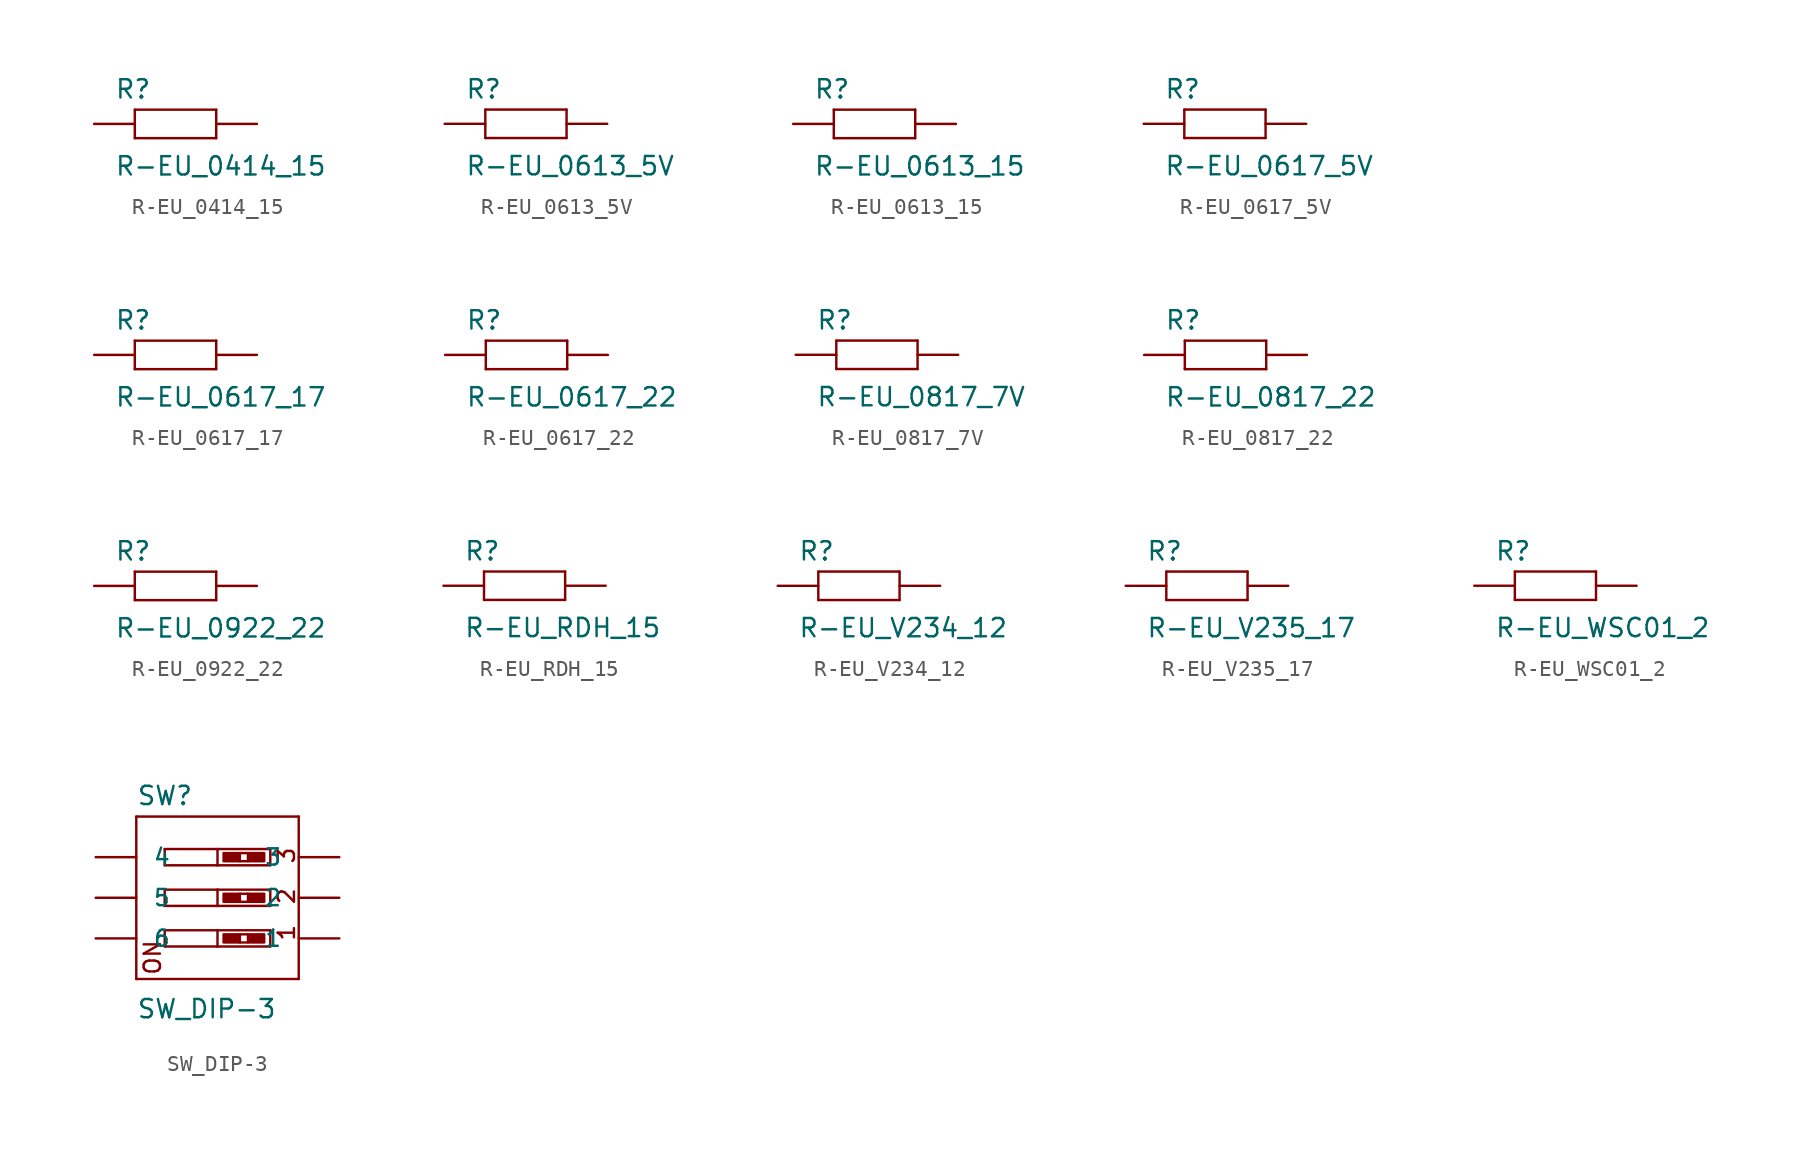
<source format=kicad_sym>
(kicad_symbol_lib
  (version 20211014)
  (generator kicad_symbol_editor)
  (symbol "R-EU_0414_15"
    (pin_numbers hide)
    (pin_names
      (offset 1.016) hide)
    (property "Reference" "R"
      (at -3.81 1.499 0)
      (effects (font (size 1.143 1.143)) (justify left bottom)))
    (property "Value" "R-EU_0414_15"
      (at -3.81 -3.302 0)
      (effects (font (size 1.143 1.143)) (justify left bottom)))
    (property "ki_locked" ""
      (at 0 0 0)
      (effects (font (size 1.27 1.27))))
    (symbol "R-EU_0414_15_1_0"
      (polyline (pts (xy -2.54 -0.889) (xy -2.54 0.889)) (stroke (width 0) (type default) (color 0 0 0 0)) (fill (type none)))
      (polyline (pts (xy -2.54 -0.889) (xy 2.54 -0.889)) (stroke (width 0) (type default) (color 0 0 0 0)) (fill (type none)))
      (polyline (pts (xy 2.54 -0.889) (xy 2.54 0.889)) (stroke (width 0) (type default) (color 0 0 0 0)) (fill (type none)))
      (polyline (pts (xy 2.54 0.889) (xy -2.54 0.889)) (stroke (width 0) (type default) (color 0 0 0 0)) (fill (type none))))
    (symbol "R-EU_0414_15_1_1"
      (pin passive line (at -5.08 0 0) (length 2.54) (name "1" (effects (font (size 1.016 1.016)))) (number "1" (effects (font (size 1.016 1.016)))))
      (pin passive line (at 5.08 0 180) (length 2.54) (name "2" (effects (font (size 1.016 1.016)))) (number "2" (effects (font (size 1.016 1.016)))))))
  (symbol "R-EU_0613_5V"
    (pin_numbers hide)
    (pin_names
      (offset 1.016) hide)
    (property "Reference" "R"
      (at -3.81 1.499 0)
      (effects (font (size 1.143 1.143)) (justify left bottom)))
    (property "Value" "R-EU_0613_5V"
      (at -3.81 -3.302 0)
      (effects (font (size 1.143 1.143)) (justify left bottom)))
    (property "ki_locked" ""
      (at 0 0 0)
      (effects (font (size 1.27 1.27))))
    (symbol "R-EU_0613_5V_1_0"
      (polyline (pts (xy -2.54 -0.889) (xy -2.54 0.889)) (stroke (width 0) (type default) (color 0 0 0 0)) (fill (type none)))
      (polyline (pts (xy -2.54 -0.889) (xy 2.54 -0.889)) (stroke (width 0) (type default) (color 0 0 0 0)) (fill (type none)))
      (polyline (pts (xy 2.54 -0.889) (xy 2.54 0.889)) (stroke (width 0) (type default) (color 0 0 0 0)) (fill (type none)))
      (polyline (pts (xy 2.54 0.889) (xy -2.54 0.889)) (stroke (width 0) (type default) (color 0 0 0 0)) (fill (type none))))
    (symbol "R-EU_0613_5V_1_1"
      (pin passive line (at -5.08 0 0) (length 2.54) (name "1" (effects (font (size 1.016 1.016)))) (number "1" (effects (font (size 1.016 1.016)))))
      (pin passive line (at 5.08 0 180) (length 2.54) (name "2" (effects (font (size 1.016 1.016)))) (number "2" (effects (font (size 1.016 1.016)))))))
  (symbol "R-EU_0613_15"
    (pin_numbers hide)
    (pin_names
      (offset 1.016) hide)
    (property "Reference" "R"
      (at -3.81 1.499 0)
      (effects (font (size 1.143 1.143)) (justify left bottom)))
    (property "Value" "R-EU_0613_15"
      (at -3.81 -3.302 0)
      (effects (font (size 1.143 1.143)) (justify left bottom)))
    (property "ki_locked" ""
      (at 0 0 0)
      (effects (font (size 1.27 1.27))))
    (symbol "R-EU_0613_15_1_0"
      (polyline (pts (xy -2.54 -0.889) (xy -2.54 0.889)) (stroke (width 0) (type default) (color 0 0 0 0)) (fill (type none)))
      (polyline (pts (xy -2.54 -0.889) (xy 2.54 -0.889)) (stroke (width 0) (type default) (color 0 0 0 0)) (fill (type none)))
      (polyline (pts (xy 2.54 -0.889) (xy 2.54 0.889)) (stroke (width 0) (type default) (color 0 0 0 0)) (fill (type none)))
      (polyline (pts (xy 2.54 0.889) (xy -2.54 0.889)) (stroke (width 0) (type default) (color 0 0 0 0)) (fill (type none))))
    (symbol "R-EU_0613_15_1_1"
      (pin passive line (at -5.08 0 0) (length 2.54) (name "1" (effects (font (size 1.016 1.016)))) (number "1" (effects (font (size 1.016 1.016)))))
      (pin passive line (at 5.08 0 180) (length 2.54) (name "2" (effects (font (size 1.016 1.016)))) (number "2" (effects (font (size 1.016 1.016)))))))
  (symbol "R-EU_0617_5V"
    (pin_numbers hide)
    (pin_names
      (offset 1.016) hide)
    (property "Reference" "R"
      (at -3.81 1.499 0)
      (effects (font (size 1.143 1.143)) (justify left bottom)))
    (property "Value" "R-EU_0617_5V"
      (at -3.81 -3.302 0)
      (effects (font (size 1.143 1.143)) (justify left bottom)))
    (property "ki_locked" ""
      (at 0 0 0)
      (effects (font (size 1.27 1.27))))
    (symbol "R-EU_0617_5V_1_0"
      (polyline (pts (xy -2.54 -0.889) (xy -2.54 0.889)) (stroke (width 0) (type default) (color 0 0 0 0)) (fill (type none)))
      (polyline (pts (xy -2.54 -0.889) (xy 2.54 -0.889)) (stroke (width 0) (type default) (color 0 0 0 0)) (fill (type none)))
      (polyline (pts (xy 2.54 -0.889) (xy 2.54 0.889)) (stroke (width 0) (type default) (color 0 0 0 0)) (fill (type none)))
      (polyline (pts (xy 2.54 0.889) (xy -2.54 0.889)) (stroke (width 0) (type default) (color 0 0 0 0)) (fill (type none))))
    (symbol "R-EU_0617_5V_1_1"
      (pin passive line (at -5.08 0 0) (length 2.54) (name "1" (effects (font (size 1.016 1.016)))) (number "1" (effects (font (size 1.016 1.016)))))
      (pin passive line (at 5.08 0 180) (length 2.54) (name "2" (effects (font (size 1.016 1.016)))) (number "2" (effects (font (size 1.016 1.016)))))))
  (symbol "R-EU_0617_17"
    (pin_numbers hide)
    (pin_names
      (offset 1.016) hide)
    (property "Reference" "R"
      (at -3.81 1.499 0)
      (effects (font (size 1.143 1.143)) (justify left bottom)))
    (property "Value" "R-EU_0617_17"
      (at -3.81 -3.302 0)
      (effects (font (size 1.143 1.143)) (justify left bottom)))
    (property "ki_locked" ""
      (at 0 0 0)
      (effects (font (size 1.27 1.27))))
    (symbol "R-EU_0617_17_1_0"
      (polyline (pts (xy -2.54 -0.889) (xy -2.54 0.889)) (stroke (width 0) (type default) (color 0 0 0 0)) (fill (type none)))
      (polyline (pts (xy -2.54 -0.889) (xy 2.54 -0.889)) (stroke (width 0) (type default) (color 0 0 0 0)) (fill (type none)))
      (polyline (pts (xy 2.54 -0.889) (xy 2.54 0.889)) (stroke (width 0) (type default) (color 0 0 0 0)) (fill (type none)))
      (polyline (pts (xy 2.54 0.889) (xy -2.54 0.889)) (stroke (width 0) (type default) (color 0 0 0 0)) (fill (type none))))
    (symbol "R-EU_0617_17_1_1"
      (pin passive line (at -5.08 0 0) (length 2.54) (name "1" (effects (font (size 1.016 1.016)))) (number "1" (effects (font (size 1.016 1.016)))))
      (pin passive line (at 5.08 0 180) (length 2.54) (name "2" (effects (font (size 1.016 1.016)))) (number "2" (effects (font (size 1.016 1.016)))))))
  (symbol "R-EU_0617_22"
    (pin_numbers hide)
    (pin_names
      (offset 1.016) hide)
    (property "Reference" "R"
      (at -3.81 1.499 0)
      (effects (font (size 1.143 1.143)) (justify left bottom)))
    (property "Value" "R-EU_0617_22"
      (at -3.81 -3.302 0)
      (effects (font (size 1.143 1.143)) (justify left bottom)))
    (property "ki_locked" ""
      (at 0 0 0)
      (effects (font (size 1.27 1.27))))
    (symbol "R-EU_0617_22_1_0"
      (polyline (pts (xy -2.54 -0.889) (xy -2.54 0.889)) (stroke (width 0) (type default) (color 0 0 0 0)) (fill (type none)))
      (polyline (pts (xy -2.54 -0.889) (xy 2.54 -0.889)) (stroke (width 0) (type default) (color 0 0 0 0)) (fill (type none)))
      (polyline (pts (xy 2.54 -0.889) (xy 2.54 0.889)) (stroke (width 0) (type default) (color 0 0 0 0)) (fill (type none)))
      (polyline (pts (xy 2.54 0.889) (xy -2.54 0.889)) (stroke (width 0) (type default) (color 0 0 0 0)) (fill (type none))))
    (symbol "R-EU_0617_22_1_1"
      (pin passive line (at -5.08 0 0) (length 2.54) (name "1" (effects (font (size 1.016 1.016)))) (number "1" (effects (font (size 1.016 1.016)))))
      (pin passive line (at 5.08 0 180) (length 2.54) (name "2" (effects (font (size 1.016 1.016)))) (number "2" (effects (font (size 1.016 1.016)))))))
  (symbol "R-EU_0817_7V"
    (pin_numbers hide)
    (pin_names
      (offset 1.016) hide)
    (property "Reference" "R"
      (at -3.81 1.499 0)
      (effects (font (size 1.143 1.143)) (justify left bottom)))
    (property "Value" "R-EU_0817_7V"
      (at -3.81 -3.302 0)
      (effects (font (size 1.143 1.143)) (justify left bottom)))
    (property "ki_locked" ""
      (at 0 0 0)
      (effects (font (size 1.27 1.27))))
    (symbol "R-EU_0817_7V_1_0"
      (polyline (pts (xy -2.54 -0.889) (xy -2.54 0.889)) (stroke (width 0) (type default) (color 0 0 0 0)) (fill (type none)))
      (polyline (pts (xy -2.54 -0.889) (xy 2.54 -0.889)) (stroke (width 0) (type default) (color 0 0 0 0)) (fill (type none)))
      (polyline (pts (xy 2.54 -0.889) (xy 2.54 0.889)) (stroke (width 0) (type default) (color 0 0 0 0)) (fill (type none)))
      (polyline (pts (xy 2.54 0.889) (xy -2.54 0.889)) (stroke (width 0) (type default) (color 0 0 0 0)) (fill (type none))))
    (symbol "R-EU_0817_7V_1_1"
      (pin passive line (at -5.08 0 0) (length 2.54) (name "1" (effects (font (size 1.016 1.016)))) (number "1" (effects (font (size 1.016 1.016)))))
      (pin passive line (at 5.08 0 180) (length 2.54) (name "2" (effects (font (size 1.016 1.016)))) (number "2" (effects (font (size 1.016 1.016)))))))
  (symbol "R-EU_0817_22"
    (pin_numbers hide)
    (pin_names
      (offset 1.016) hide)
    (property "Reference" "R"
      (at -3.81 1.499 0)
      (effects (font (size 1.143 1.143)) (justify left bottom)))
    (property "Value" "R-EU_0817_22"
      (at -3.81 -3.302 0)
      (effects (font (size 1.143 1.143)) (justify left bottom)))
    (property "ki_locked" ""
      (at 0 0 0)
      (effects (font (size 1.27 1.27))))
    (symbol "R-EU_0817_22_1_0"
      (polyline (pts (xy -2.54 -0.889) (xy -2.54 0.889)) (stroke (width 0) (type default) (color 0 0 0 0)) (fill (type none)))
      (polyline (pts (xy -2.54 -0.889) (xy 2.54 -0.889)) (stroke (width 0) (type default) (color 0 0 0 0)) (fill (type none)))
      (polyline (pts (xy 2.54 -0.889) (xy 2.54 0.889)) (stroke (width 0) (type default) (color 0 0 0 0)) (fill (type none)))
      (polyline (pts (xy 2.54 0.889) (xy -2.54 0.889)) (stroke (width 0) (type default) (color 0 0 0 0)) (fill (type none))))
    (symbol "R-EU_0817_22_1_1"
      (pin passive line (at -5.08 0 0) (length 2.54) (name "1" (effects (font (size 1.016 1.016)))) (number "1" (effects (font (size 1.016 1.016)))))
      (pin passive line (at 5.08 0 180) (length 2.54) (name "2" (effects (font (size 1.016 1.016)))) (number "2" (effects (font (size 1.016 1.016)))))))
  (symbol "R-EU_0922_22"
    (pin_numbers hide)
    (pin_names
      (offset 1.016) hide)
    (property "Reference" "R"
      (at -3.81 1.499 0)
      (effects (font (size 1.143 1.143)) (justify left bottom)))
    (property "Value" "R-EU_0922_22"
      (at -3.81 -3.302 0)
      (effects (font (size 1.143 1.143)) (justify left bottom)))
    (property "ki_locked" ""
      (at 0 0 0)
      (effects (font (size 1.27 1.27))))
    (symbol "R-EU_0922_22_1_0"
      (polyline (pts (xy -2.54 -0.889) (xy -2.54 0.889)) (stroke (width 0) (type default) (color 0 0 0 0)) (fill (type none)))
      (polyline (pts (xy -2.54 -0.889) (xy 2.54 -0.889)) (stroke (width 0) (type default) (color 0 0 0 0)) (fill (type none)))
      (polyline (pts (xy 2.54 -0.889) (xy 2.54 0.889)) (stroke (width 0) (type default) (color 0 0 0 0)) (fill (type none)))
      (polyline (pts (xy 2.54 0.889) (xy -2.54 0.889)) (stroke (width 0) (type default) (color 0 0 0 0)) (fill (type none))))
    (symbol "R-EU_0922_22_1_1"
      (pin passive line (at -5.08 0 0) (length 2.54) (name "1" (effects (font (size 1.016 1.016)))) (number "1" (effects (font (size 1.016 1.016)))))
      (pin passive line (at 5.08 0 180) (length 2.54) (name "2" (effects (font (size 1.016 1.016)))) (number "2" (effects (font (size 1.016 1.016)))))))
  (symbol "R-EU_RDH_15"
    (pin_numbers hide)
    (pin_names
      (offset 1.016) hide)
    (property "Reference" "R"
      (at -3.81 1.499 0)
      (effects (font (size 1.143 1.143)) (justify left bottom)))
    (property "Value" "R-EU_RDH_15"
      (at -3.81 -3.302 0)
      (effects (font (size 1.143 1.143)) (justify left bottom)))
    (property "ki_locked" ""
      (at 0 0 0)
      (effects (font (size 1.27 1.27))))
    (symbol "R-EU_RDH_15_1_0"
      (polyline (pts (xy -2.54 -0.889) (xy -2.54 0.889)) (stroke (width 0) (type default) (color 0 0 0 0)) (fill (type none)))
      (polyline (pts (xy -2.54 -0.889) (xy 2.54 -0.889)) (stroke (width 0) (type default) (color 0 0 0 0)) (fill (type none)))
      (polyline (pts (xy 2.54 -0.889) (xy 2.54 0.889)) (stroke (width 0) (type default) (color 0 0 0 0)) (fill (type none)))
      (polyline (pts (xy 2.54 0.889) (xy -2.54 0.889)) (stroke (width 0) (type default) (color 0 0 0 0)) (fill (type none))))
    (symbol "R-EU_RDH_15_1_1"
      (pin passive line (at -5.08 0 0) (length 2.54) (name "1" (effects (font (size 1.016 1.016)))) (number "1" (effects (font (size 1.016 1.016)))))
      (pin passive line (at 5.08 0 180) (length 2.54) (name "2" (effects (font (size 1.016 1.016)))) (number "2" (effects (font (size 1.016 1.016)))))))
  (symbol "R-EU_V234_12"
    (pin_numbers hide)
    (pin_names
      (offset 1.016) hide)
    (property "Reference" "R"
      (at -3.81 1.499 0)
      (effects (font (size 1.143 1.143)) (justify left bottom)))
    (property "Value" "R-EU_V234_12"
      (at -3.81 -3.302 0)
      (effects (font (size 1.143 1.143)) (justify left bottom)))
    (property "ki_locked" ""
      (at 0 0 0)
      (effects (font (size 1.27 1.27))))
    (symbol "R-EU_V234_12_1_0"
      (polyline (pts (xy -2.54 -0.889) (xy -2.54 0.889)) (stroke (width 0) (type default) (color 0 0 0 0)) (fill (type none)))
      (polyline (pts (xy -2.54 -0.889) (xy 2.54 -0.889)) (stroke (width 0) (type default) (color 0 0 0 0)) (fill (type none)))
      (polyline (pts (xy 2.54 -0.889) (xy 2.54 0.889)) (stroke (width 0) (type default) (color 0 0 0 0)) (fill (type none)))
      (polyline (pts (xy 2.54 0.889) (xy -2.54 0.889)) (stroke (width 0) (type default) (color 0 0 0 0)) (fill (type none))))
    (symbol "R-EU_V234_12_1_1"
      (pin passive line (at -5.08 0 0) (length 2.54) (name "1" (effects (font (size 1.016 1.016)))) (number "1" (effects (font (size 1.016 1.016)))))
      (pin passive line (at 5.08 0 180) (length 2.54) (name "2" (effects (font (size 1.016 1.016)))) (number "2" (effects (font (size 1.016 1.016)))))))
  (symbol "R-EU_V235_17"
    (pin_numbers hide)
    (pin_names
      (offset 1.016) hide)
    (property "Reference" "R"
      (at -3.81 1.499 0)
      (effects (font (size 1.143 1.143)) (justify left bottom)))
    (property "Value" "R-EU_V235_17"
      (at -3.81 -3.302 0)
      (effects (font (size 1.143 1.143)) (justify left bottom)))
    (property "ki_locked" ""
      (at 0 0 0)
      (effects (font (size 1.27 1.27))))
    (symbol "R-EU_V235_17_1_0"
      (polyline (pts (xy -2.54 -0.889) (xy -2.54 0.889)) (stroke (width 0) (type default) (color 0 0 0 0)) (fill (type none)))
      (polyline (pts (xy -2.54 -0.889) (xy 2.54 -0.889)) (stroke (width 0) (type default) (color 0 0 0 0)) (fill (type none)))
      (polyline (pts (xy 2.54 -0.889) (xy 2.54 0.889)) (stroke (width 0) (type default) (color 0 0 0 0)) (fill (type none)))
      (polyline (pts (xy 2.54 0.889) (xy -2.54 0.889)) (stroke (width 0) (type default) (color 0 0 0 0)) (fill (type none))))
    (symbol "R-EU_V235_17_1_1"
      (pin passive line (at -5.08 0 0) (length 2.54) (name "1" (effects (font (size 1.016 1.016)))) (number "1" (effects (font (size 1.016 1.016)))))
      (pin passive line (at 5.08 0 180) (length 2.54) (name "2" (effects (font (size 1.016 1.016)))) (number "2" (effects (font (size 1.016 1.016)))))))
  (symbol "R-EU_WSC01_2"
    (pin_numbers hide)
    (pin_names
      (offset 1.016) hide)
    (property "Reference" "R"
      (at -3.81 1.499 0)
      (effects (font (size 1.143 1.143)) (justify left bottom)))
    (property "Value" "R-EU_WSC01_2"
      (at -3.81 -3.302 0)
      (effects (font (size 1.143 1.143)) (justify left bottom)))
    (property "ki_locked" ""
      (at 0 0 0)
      (effects (font (size 1.27 1.27))))
    (symbol "R-EU_WSC01_2_1_0"
      (polyline (pts (xy -2.54 -0.889) (xy -2.54 0.889)) (stroke (width 0) (type default) (color 0 0 0 0)) (fill (type none)))
      (polyline (pts (xy -2.54 -0.889) (xy 2.54 -0.889)) (stroke (width 0) (type default) (color 0 0 0 0)) (fill (type none)))
      (polyline (pts (xy 2.54 -0.889) (xy 2.54 0.889)) (stroke (width 0) (type default) (color 0 0 0 0)) (fill (type none)))
      (polyline (pts (xy 2.54 0.889) (xy -2.54 0.889)) (stroke (width 0) (type default) (color 0 0 0 0)) (fill (type none))))
    (symbol "R-EU_WSC01_2_1_1"
      (pin passive line (at -5.08 0 0) (length 2.54) (name "1" (effects (font (size 1.016 1.016)))) (number "1" (effects (font (size 1.016 1.016)))))
      (pin passive line (at 5.08 0 180) (length 2.54) (name "2" (effects (font (size 1.016 1.016)))) (number "2" (effects (font (size 1.016 1.016)))))))
  (symbol "SW_DIP-3"
    (pin_numbers hide)
    (pin_names
      (offset 1.016))
    (property "Reference" "SW"
      (at -5.08 5.715 0)
      (effects (font (size 1.143 1.143)) (justify left bottom)))
    (property "Value" "SW_DIP-3"
      (at -5.08 -7.62 0)
      (effects (font (size 1.143 1.143)) (justify left bottom)))
    (property "ki_locked" ""
      (at 0 0 0)
      (effects (font (size 1.27 1.27))))
    (symbol "SW_DIP-3_1_0"
      (polyline (pts (xy -5.08 -5.08) (xy 5.08 -5.08)) (stroke (width 0) (type default) (color 0 0 0 0)) (fill (type none)))
      (polyline (pts (xy -5.08 5.08) (xy -5.08 -5.08)) (stroke (width 0) (type default) (color 0 0 0 0)) (fill (type none)))
      (polyline (pts (xy -5.08 5.08) (xy 5.08 5.08)) (stroke (width 0) (type default) (color 0 0 0 0)) (fill (type none)))
      (polyline (pts (xy -3.302 -3.048) (xy -3.302 -2.032)) (stroke (width 0) (type default) (color 0 0 0 0)) (fill (type none)))
      (polyline (pts (xy -3.302 -2.032) (xy 0 -2.032)) (stroke (width 0) (type default) (color 0 0 0 0)) (fill (type none)))
      (polyline (pts (xy -3.302 -0.508) (xy -3.302 0.508)) (stroke (width 0) (type default) (color 0 0 0 0)) (fill (type none)))
      (polyline (pts (xy -3.302 0.508) (xy 0 0.508)) (stroke (width 0) (type default) (color 0 0 0 0)) (fill (type none)))
      (polyline (pts (xy -3.302 2.032) (xy -3.302 3.048)) (stroke (width 0) (type default) (color 0 0 0 0)) (fill (type none)))
      (polyline (pts (xy -3.302 3.048) (xy 0 3.048)) (stroke (width 0) (type default) (color 0 0 0 0)) (fill (type none)))
      (polyline (pts (xy 0 -3.048) (xy -3.302 -3.048)) (stroke (width 0) (type default) (color 0 0 0 0)) (fill (type none)))
      (polyline (pts (xy 0 -2.032) (xy 0 -3.048)) (stroke (width 0) (type default) (color 0 0 0 0)) (fill (type none)))
      (polyline (pts (xy 0 -2.032) (xy 3.302 -2.032)) (stroke (width 0) (type default) (color 0 0 0 0)) (fill (type none)))
      (polyline (pts (xy 0 -0.508) (xy -3.302 -0.508)) (stroke (width 0) (type default) (color 0 0 0 0)) (fill (type none)))
      (polyline (pts (xy 0 0.508) (xy 0 -0.508)) (stroke (width 0) (type default) (color 0 0 0 0)) (fill (type none)))
      (polyline (pts (xy 0 0.508) (xy 3.302 0.508)) (stroke (width 0) (type default) (color 0 0 0 0)) (fill (type none)))
      (polyline (pts (xy 0 2.032) (xy -3.302 2.032)) (stroke (width 0) (type default) (color 0 0 0 0)) (fill (type none)))
      (polyline (pts (xy 0 3.048) (xy 0 2.032)) (stroke (width 0) (type default) (color 0 0 0 0)) (fill (type none)))
      (polyline (pts (xy 0 3.048) (xy 3.302 3.048)) (stroke (width 0) (type default) (color 0 0 0 0)) (fill (type none)))
      (polyline (pts (xy 1.397 -2.794) (xy 1.905 -2.794)) (stroke (width 0) (type default) (color 0 0 0 0)) (fill (type none)))
      (polyline (pts (xy 1.397 -2.286) (xy 1.905 -2.286)) (stroke (width 0) (type default) (color 0 0 0 0)) (fill (type none)))
      (polyline (pts (xy 1.397 -0.254) (xy 1.905 -0.254)) (stroke (width 0) (type default) (color 0 0 0 0)) (fill (type none)))
      (polyline (pts (xy 1.397 0.254) (xy 1.905 0.254)) (stroke (width 0) (type default) (color 0 0 0 0)) (fill (type none)))
      (polyline (pts (xy 1.397 2.286) (xy 1.905 2.286)) (stroke (width 0) (type default) (color 0 0 0 0)) (fill (type none)))
      (polyline (pts (xy 1.397 2.794) (xy 1.905 2.794)) (stroke (width 0) (type default) (color 0 0 0 0)) (fill (type none)))
      (polyline (pts (xy 3.302 -3.048) (xy 0 -3.048)) (stroke (width 0) (type default) (color 0 0 0 0)) (fill (type none)))
      (polyline (pts (xy 3.302 -2.032) (xy 3.302 -3.048)) (stroke (width 0) (type default) (color 0 0 0 0)) (fill (type none)))
      (polyline (pts (xy 3.302 -0.508) (xy 0 -0.508)) (stroke (width 0) (type default) (color 0 0 0 0)) (fill (type none)))
      (polyline (pts (xy 3.302 0.508) (xy 3.302 -0.508)) (stroke (width 0) (type default) (color 0 0 0 0)) (fill (type none)))
      (polyline (pts (xy 3.302 2.032) (xy 0 2.032)) (stroke (width 0) (type default) (color 0 0 0 0)) (fill (type none)))
      (polyline (pts (xy 3.302 3.048) (xy 3.302 2.032)) (stroke (width 0) (type default) (color 0 0 0 0)) (fill (type none)))
      (polyline (pts (xy 5.08 -5.08) (xy 5.08 5.08)) (stroke (width 0) (type default) (color 0 0 0 0)) (fill (type none)))
      (text "1" (at 4.318 -2.184 900) (effects (font (size 1.016 1.016))))
      (text "2" (at 4.318 0.102 900) (effects (font (size 1.016 1.016))))
      (text "3" (at 4.318 2.642 900) (effects (font (size 1.016 1.016))))
      (text "ON" (at -4.064 -3.734 900) (effects (font (size 1.016 1.016)))))
    (symbol "SW_DIP-3_1_1"
      (rectangle (start 0.381 -2.794) (end 1.397 -2.286) (stroke (width 0) (type default) (color 0 0 0 0)) (fill (type outline)))
      (rectangle (start 0.381 -0.254) (end 1.397 0.254) (stroke (width 0) (type default) (color 0 0 0 0)) (fill (type outline)))
      (rectangle (start 0.381 2.286) (end 1.397 2.794) (stroke (width 0) (type default) (color 0 0 0 0)) (fill (type outline)))
      (rectangle (start 1.905 -2.794) (end 2.921 -2.286) (stroke (width 0) (type default) (color 0 0 0 0)) (fill (type outline)))
      (rectangle (start 1.905 -0.254) (end 2.921 0.254) (stroke (width 0) (type default) (color 0 0 0 0)) (fill (type outline)))
      (rectangle (start 1.905 2.286) (end 2.921 2.794) (stroke (width 0) (type default) (color 0 0 0 0)) (fill (type outline)))
      (pin passive line (at 7.62 -2.54 180) (length 2.54) (name "1" (effects (font (size 1.016 1.016)))) (number "1" (effects (font (size 1.016 1.016)))))
      (pin passive line (at 7.62 0 180) (length 2.54) (name "2" (effects (font (size 1.016 1.016)))) (number "2" (effects (font (size 1.016 1.016)))))
      (pin passive line (at 7.62 2.54 180) (length 2.54) (name "3" (effects (font (size 1.016 1.016)))) (number "3" (effects (font (size 1.016 1.016)))))
      (pin passive line (at -7.62 2.54 0) (length 2.54) (name "4" (effects (font (size 1.016 1.016)))) (number "4" (effects (font (size 1.016 1.016)))))
      (pin passive line (at -7.62 0 0) (length 2.54) (name "5" (effects (font (size 1.016 1.016)))) (number "5" (effects (font (size 1.016 1.016)))))
      (pin passive line (at -7.62 -2.54 0) (length 2.54) (name "6" (effects (font (size 1.016 1.016)))) (number "6" (effects (font (size 1.016 1.016))))))))
</source>
